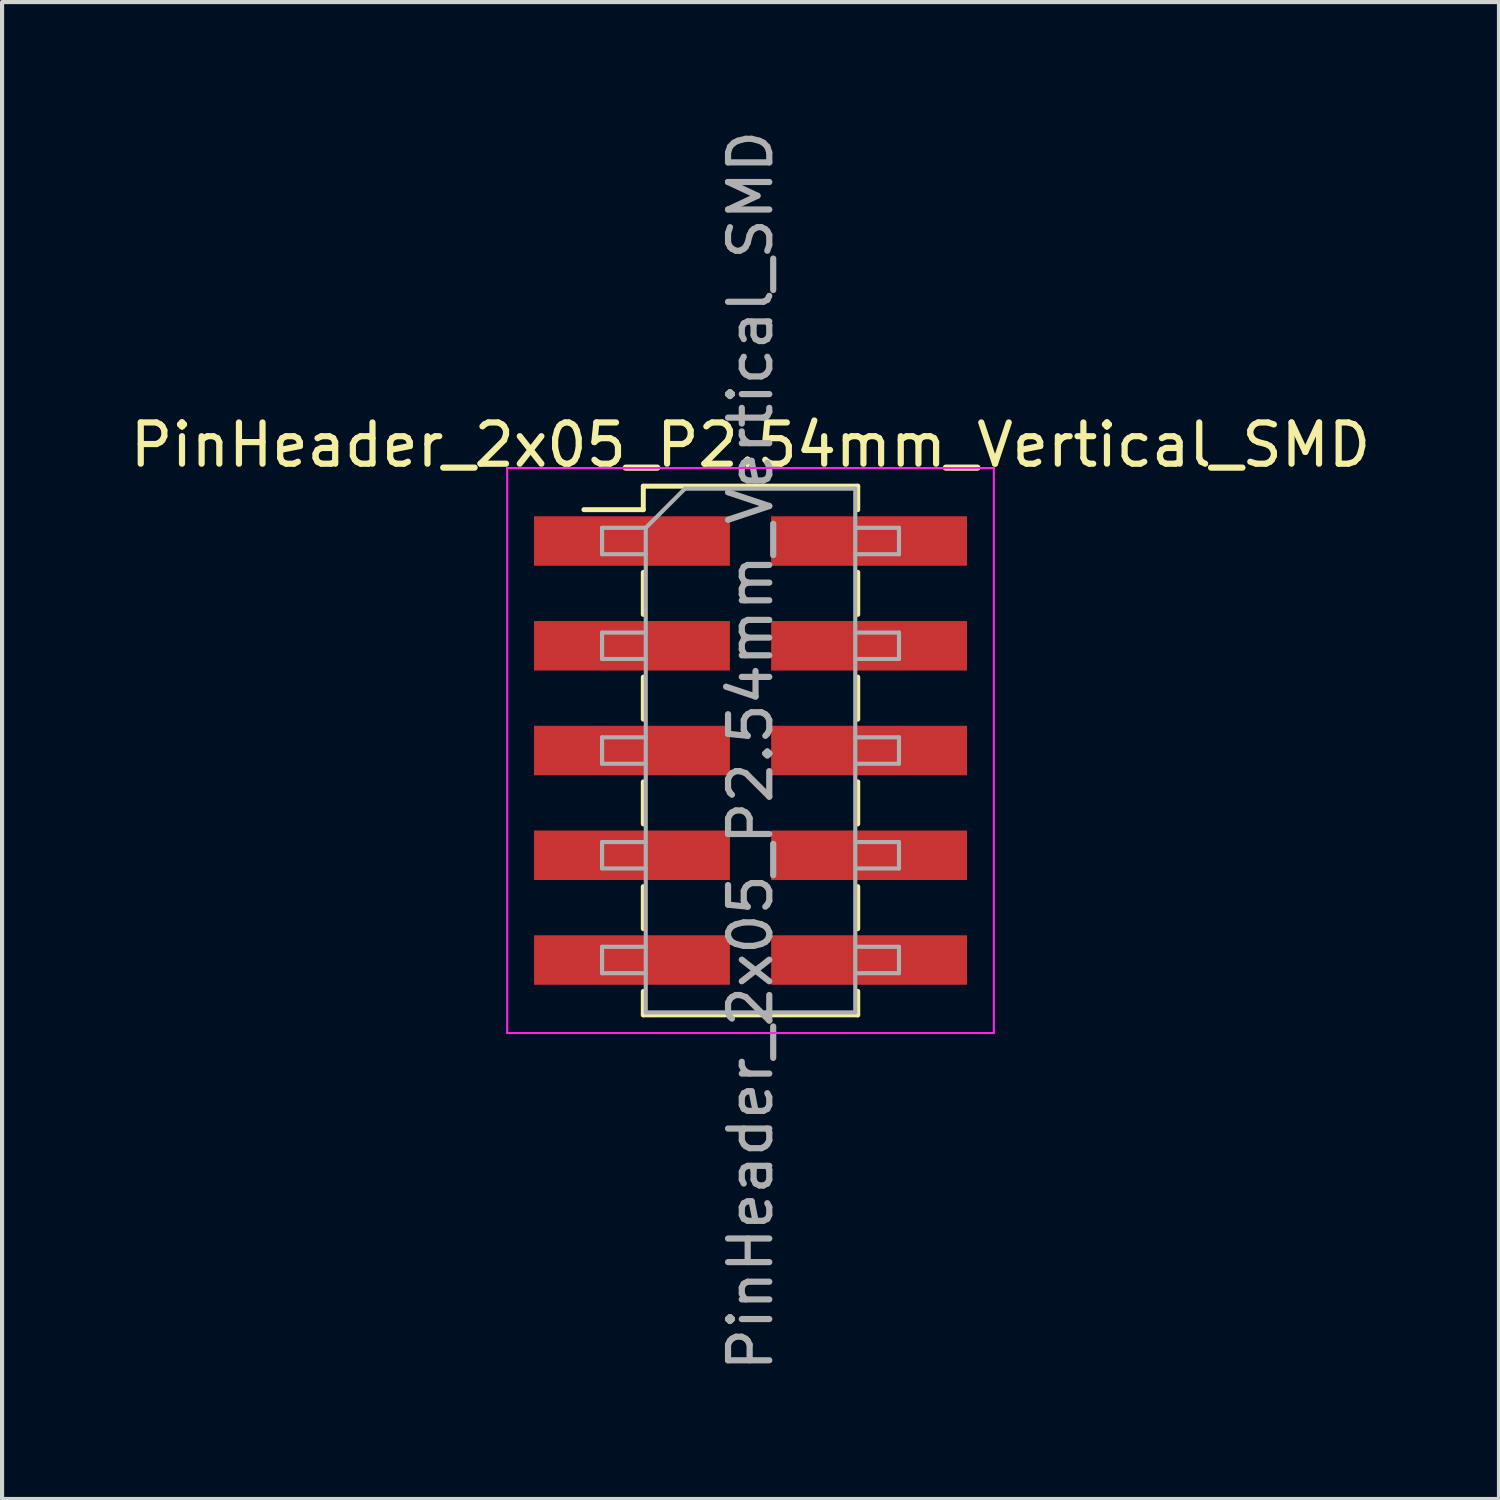
<source format=kicad_pcb>
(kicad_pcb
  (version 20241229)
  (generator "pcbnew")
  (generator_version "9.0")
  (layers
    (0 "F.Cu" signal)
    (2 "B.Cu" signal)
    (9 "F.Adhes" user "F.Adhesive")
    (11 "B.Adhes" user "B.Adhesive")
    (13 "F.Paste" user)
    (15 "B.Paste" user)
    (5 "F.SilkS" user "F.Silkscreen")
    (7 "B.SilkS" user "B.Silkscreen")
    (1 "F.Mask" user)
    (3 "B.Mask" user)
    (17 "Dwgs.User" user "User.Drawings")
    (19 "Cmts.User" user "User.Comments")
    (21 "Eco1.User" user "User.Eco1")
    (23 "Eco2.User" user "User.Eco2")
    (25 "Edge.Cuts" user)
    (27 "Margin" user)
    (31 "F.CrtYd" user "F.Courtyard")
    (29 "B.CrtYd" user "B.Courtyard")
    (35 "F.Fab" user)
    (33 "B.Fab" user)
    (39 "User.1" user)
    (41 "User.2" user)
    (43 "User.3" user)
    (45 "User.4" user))
  (footprint "PinHeader_2x05_P2.54mm_Vertical_SMD"
    (layer "F.Cu")
    (at 15.149 15.149)
    (property "Reference" "PinHeader_2x05_P2.54mm_Vertical_SMD" (at 0 -7.41 0) (layer "F.SilkS") (effects (font (size 1 1) (thickness 0.15))))
    (attr smd)
    (fp_line (start -4.04 -5.84) (end -2.6 -5.84) (stroke (width 0.12) (type solid)) (layer "F.SilkS"))
    (fp_line (start -2.6 -6.41) (end -2.6 -5.84) (stroke (width 0.12) (type solid)) (layer "F.SilkS"))
    (fp_line (start -2.6 -6.41) (end 2.6 -6.41) (stroke (width 0.12) (type solid)) (layer "F.SilkS"))
    (fp_line (start -2.6 -4.32) (end -2.6 -3.3) (stroke (width 0.12) (type solid)) (layer "F.SilkS"))
    (fp_line (start -2.6 -1.78) (end -2.6 -0.76) (stroke (width 0.12) (type solid)) (layer "F.SilkS"))
    (fp_line (start -2.6 0.76) (end -2.6 1.78) (stroke (width 0.12) (type solid)) (layer "F.SilkS"))
    (fp_line (start -2.6 3.3) (end -2.6 4.32) (stroke (width 0.12) (type solid)) (layer "F.SilkS"))
    (fp_line (start -2.6 5.84) (end -2.6 6.41) (stroke (width 0.12) (type solid)) (layer "F.SilkS"))
    (fp_line (start -2.6 6.41) (end 2.6 6.41) (stroke (width 0.12) (type solid)) (layer "F.SilkS"))
    (fp_line (start 2.6 -6.41) (end 2.6 -5.84) (stroke (width 0.12) (type solid)) (layer "F.SilkS"))
    (fp_line (start 2.6 -4.32) (end 2.6 -3.3) (stroke (width 0.12) (type solid)) (layer "F.SilkS"))
    (fp_line (start 2.6 -1.78) (end 2.6 -0.76) (stroke (width 0.12) (type solid)) (layer "F.SilkS"))
    (fp_line (start 2.6 0.76) (end 2.6 1.78) (stroke (width 0.12) (type solid)) (layer "F.SilkS"))
    (fp_line (start 2.6 3.3) (end 2.6 4.32) (stroke (width 0.12) (type solid)) (layer "F.SilkS"))
    (fp_line (start 2.6 5.84) (end 2.6 6.41) (stroke (width 0.12) (type solid)) (layer "F.SilkS"))
    (fp_line (start -5.9 -6.85) (end -5.9 6.85) (stroke (width 0.05) (type solid)) (layer "F.CrtYd"))
    (fp_line (start -5.9 6.85) (end 5.9 6.85) (stroke (width 0.05) (type solid)) (layer "F.CrtYd"))
    (fp_line (start 5.9 -6.85) (end -5.9 -6.85) (stroke (width 0.05) (type solid)) (layer "F.CrtYd"))
    (fp_line (start 5.9 6.85) (end 5.9 -6.85) (stroke (width 0.05) (type solid)) (layer "F.CrtYd"))
    (fp_line (start -3.6 -5.4) (end -3.6 -4.76) (stroke (width 0.1) (type solid)) (layer "F.Fab"))
    (fp_line (start -3.6 -4.76) (end -2.54 -4.76) (stroke (width 0.1) (type solid)) (layer "F.Fab"))
    (fp_line (start -3.6 -2.86) (end -3.6 -2.22) (stroke (width 0.1) (type solid)) (layer "F.Fab"))
    (fp_line (start -3.6 -2.22) (end -2.54 -2.22) (stroke (width 0.1) (type solid)) (layer "F.Fab"))
    (fp_line (start -3.6 -0.32) (end -3.6 0.32) (stroke (width 0.1) (type solid)) (layer "F.Fab"))
    (fp_line (start -3.6 0.32) (end -2.54 0.32) (stroke (width 0.1) (type solid)) (layer "F.Fab"))
    (fp_line (start -3.6 2.22) (end -3.6 2.86) (stroke (width 0.1) (type solid)) (layer "F.Fab"))
    (fp_line (start -3.6 2.86) (end -2.54 2.86) (stroke (width 0.1) (type solid)) (layer "F.Fab"))
    (fp_line (start -3.6 4.76) (end -3.6 5.4) (stroke (width 0.1) (type solid)) (layer "F.Fab"))
    (fp_line (start -3.6 5.4) (end -2.54 5.4) (stroke (width 0.1) (type solid)) (layer "F.Fab"))
    (fp_line (start -2.54 -5.4) (end -3.6 -5.4) (stroke (width 0.1) (type solid)) (layer "F.Fab"))
    (fp_line (start -2.54 -5.4) (end -1.59 -6.35) (stroke (width 0.1) (type solid)) (layer "F.Fab"))
    (fp_line (start -2.54 -2.86) (end -3.6 -2.86) (stroke (width 0.1) (type solid)) (layer "F.Fab"))
    (fp_line (start -2.54 -0.32) (end -3.6 -0.32) (stroke (width 0.1) (type solid)) (layer "F.Fab"))
    (fp_line (start -2.54 2.22) (end -3.6 2.22) (stroke (width 0.1) (type solid)) (layer "F.Fab"))
    (fp_line (start -2.54 4.76) (end -3.6 4.76) (stroke (width 0.1) (type solid)) (layer "F.Fab"))
    (fp_line (start -2.54 6.35) (end -2.54 -5.4) (stroke (width 0.1) (type solid)) (layer "F.Fab"))
    (fp_line (start -1.59 -6.35) (end 2.54 -6.35) (stroke (width 0.1) (type solid)) (layer "F.Fab"))
    (fp_line (start 2.54 -6.35) (end 2.54 6.35) (stroke (width 0.1) (type solid)) (layer "F.Fab"))
    (fp_line (start 2.54 -5.4) (end 3.6 -5.4) (stroke (width 0.1) (type solid)) (layer "F.Fab"))
    (fp_line (start 2.54 -2.86) (end 3.6 -2.86) (stroke (width 0.1) (type solid)) (layer "F.Fab"))
    (fp_line (start 2.54 -0.32) (end 3.6 -0.32) (stroke (width 0.1) (type solid)) (layer "F.Fab"))
    (fp_line (start 2.54 2.22) (end 3.6 2.22) (stroke (width 0.1) (type solid)) (layer "F.Fab"))
    (fp_line (start 2.54 4.76) (end 3.6 4.76) (stroke (width 0.1) (type solid)) (layer "F.Fab"))
    (fp_line (start 2.54 6.35) (end -2.54 6.35) (stroke (width 0.1) (type solid)) (layer "F.Fab"))
    (fp_line (start 3.6 -5.4) (end 3.6 -4.76) (stroke (width 0.1) (type solid)) (layer "F.Fab"))
    (fp_line (start 3.6 -4.76) (end 2.54 -4.76) (stroke (width 0.1) (type solid)) (layer "F.Fab"))
    (fp_line (start 3.6 -2.86) (end 3.6 -2.22) (stroke (width 0.1) (type solid)) (layer "F.Fab"))
    (fp_line (start 3.6 -2.22) (end 2.54 -2.22) (stroke (width 0.1) (type solid)) (layer "F.Fab"))
    (fp_line (start 3.6 -0.32) (end 3.6 0.32) (stroke (width 0.1) (type solid)) (layer "F.Fab"))
    (fp_line (start 3.6 0.32) (end 2.54 0.32) (stroke (width 0.1) (type solid)) (layer "F.Fab"))
    (fp_line (start 3.6 2.22) (end 3.6 2.86) (stroke (width 0.1) (type solid)) (layer "F.Fab"))
    (fp_line (start 3.6 2.86) (end 2.54 2.86) (stroke (width 0.1) (type solid)) (layer "F.Fab"))
    (fp_line (start 3.6 4.76) (end 3.6 5.4) (stroke (width 0.1) (type solid)) (layer "F.Fab"))
    (fp_line (start 3.6 5.4) (end 2.54 5.4) (stroke (width 0.1) (type solid)) (layer "F.Fab"))
    (fp_text user "${REFERENCE}" (at 0 0 90) (layer "F.Fab") (effects (font (size 1 1) (thickness 0.15))))
    (pad "1" smd rect (at -2.875 -5.08) (size 4.75 1.2) (layers "F.Cu" "F.Mask" "F.Paste"))
    (pad "2" smd rect (at -2.875 -2.54) (size 4.75 1.2) (layers "F.Cu" "F.Mask" "F.Paste"))
    (pad "3" smd rect (at -2.875 0) (size 4.75 1.2) (layers "F.Cu" "F.Mask" "F.Paste"))
    (pad "4" smd rect (at -2.875 2.54) (size 4.75 1.2) (layers "F.Cu" "F.Mask" "F.Paste"))
    (pad "5" smd rect (at -2.875 5.08) (size 4.75 1.2) (layers "F.Cu" "F.Mask" "F.Paste"))
    (pad "6" smd rect (at 2.875 5.08) (size 4.75 1.2) (layers "F.Cu" "F.Mask" "F.Paste"))
    (pad "7" smd rect (at 2.875 2.54) (size 4.75 1.2) (layers "F.Cu" "F.Mask" "F.Paste"))
    (pad "8" smd rect (at 2.875 0) (size 4.75 1.2) (layers "F.Cu" "F.Mask" "F.Paste"))
    (pad "9" smd rect (at 2.875 -2.54) (size 4.75 1.2) (layers "F.Cu" "F.Mask" "F.Paste"))
    (pad "10" smd rect (at 2.875 -5.08) (size 4.75 1.2) (layers "F.Cu" "F.Mask" "F.Paste")))
  (gr_rect
    (start -3 -3)
    (end 33.298 33.298)
    (stroke (width 0.1) (type default))
    (fill no)
    (layer "Edge.Cuts")))
</source>
